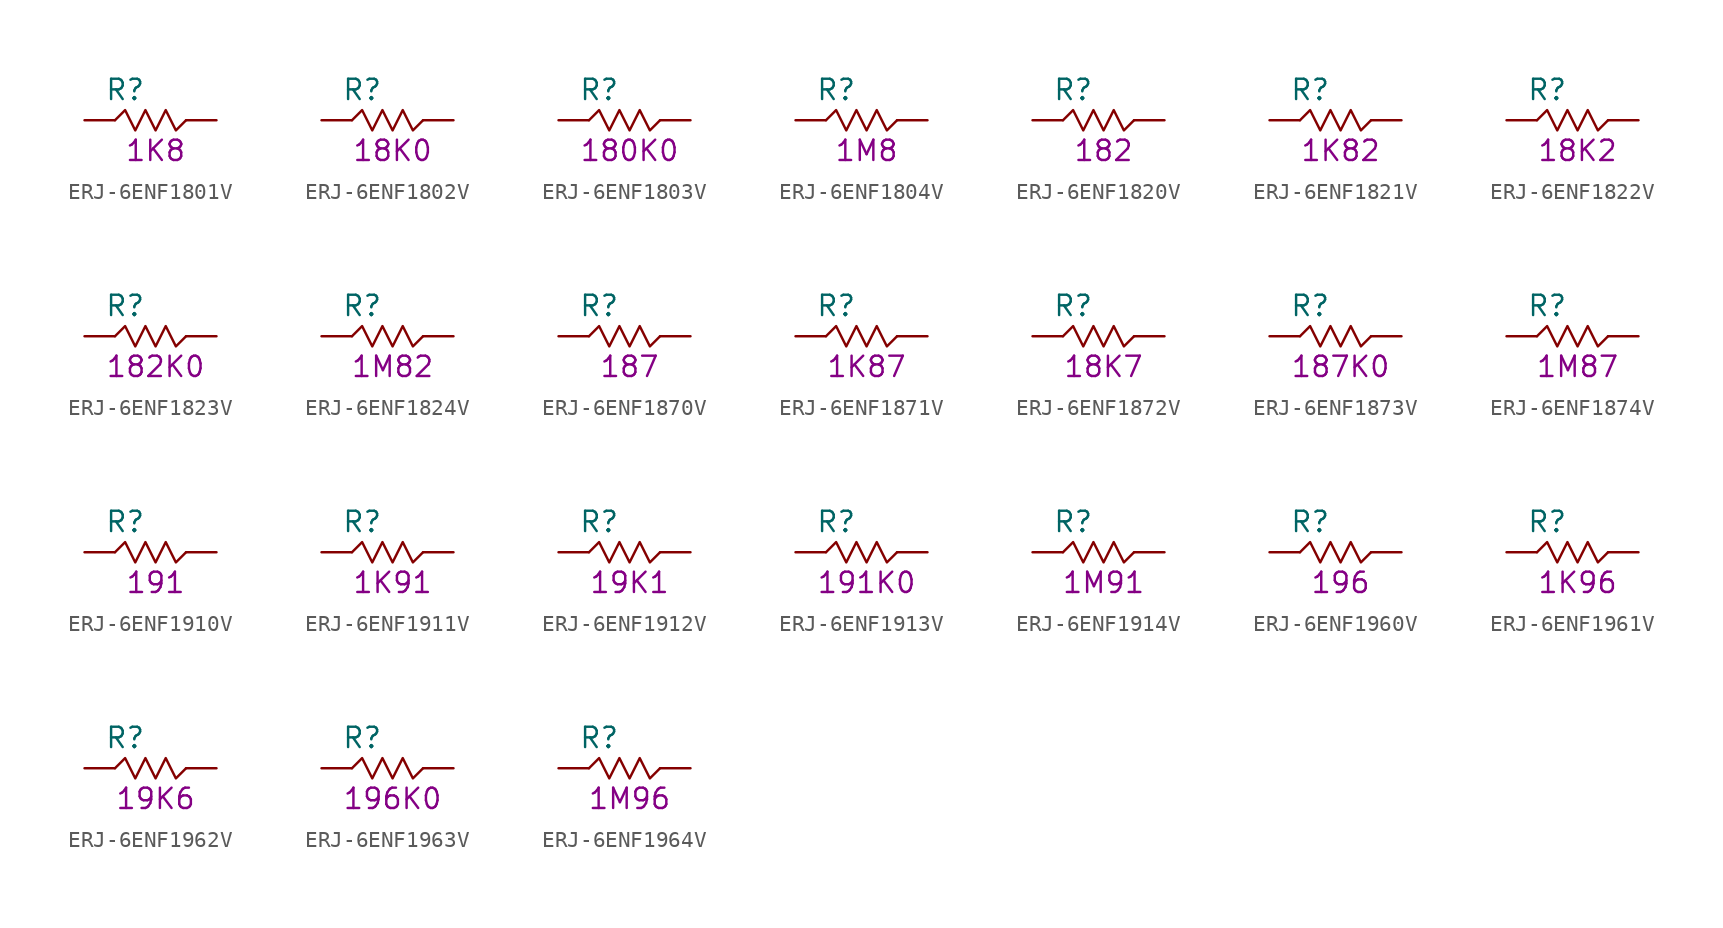
<source format=kicad_sym>
(kicad_symbol_lib
  (version 20211014)
  (generator KiCadLib_py)
  (symbol "ERJ-6ENF1801V"
    (pin_numbers hide)
    (pin_names hide)
    (property "Reference" "R"
      (at -1.905 1.905 0)
      (effects (font (size 1.27 1.27))))
    (property "Val" "1K8"
      (at 0 -1.905 0)
      (effects (font (size 1.27 1.27))))
    (symbol "ERJ-6ENF1801V_0_1"
      (polyline (pts (xy -2.54 0) (xy -1.905 0.635) (xy -1.27 -0.635) (xy -0.635 0.635) (xy 0 -0.635) (xy 0.635 0.635) (xy 1.27 -0.635) (xy 1.905 0)) (stroke (width 0) (type default) (color 0 0 0 0)) (fill (type none))))
    (symbol "ERJ-6ENF1801V_1_1"
      (pin passive line (at -4.445 0 0) (length 1.905) (name "~" (effects (font (size 1.27 1.27)))) (number "1" (effects (font (size 1.27 1.27)))))
      (pin passive line (at 3.81 0 180) (length 1.905) (name "~" (effects (font (size 1.27 1.27)))) (number "2" (effects (font (size 1.27 1.27)))))))
  (symbol "ERJ-6ENF1802V"
    (pin_numbers hide)
    (pin_names hide)
    (property "Reference" "R"
      (at -1.905 1.905 0)
      (effects (font (size 1.27 1.27))))
    (property "Val" "18K0"
      (at 0 -1.905 0)
      (effects (font (size 1.27 1.27))))
    (symbol "ERJ-6ENF1802V_0_1"
      (polyline (pts (xy -2.54 0) (xy -1.905 0.635) (xy -1.27 -0.635) (xy -0.635 0.635) (xy 0 -0.635) (xy 0.635 0.635) (xy 1.27 -0.635) (xy 1.905 0)) (stroke (width 0) (type default) (color 0 0 0 0)) (fill (type none))))
    (symbol "ERJ-6ENF1802V_1_1"
      (pin passive line (at -4.445 0 0) (length 1.905) (name "~" (effects (font (size 1.27 1.27)))) (number "1" (effects (font (size 1.27 1.27)))))
      (pin passive line (at 3.81 0 180) (length 1.905) (name "~" (effects (font (size 1.27 1.27)))) (number "2" (effects (font (size 1.27 1.27)))))))
  (symbol "ERJ-6ENF1803V"
    (pin_numbers hide)
    (pin_names hide)
    (property "Reference" "R"
      (at -1.905 1.905 0)
      (effects (font (size 1.27 1.27))))
    (property "Val" "180K0"
      (at 0 -1.905 0)
      (effects (font (size 1.27 1.27))))
    (symbol "ERJ-6ENF1803V_0_1"
      (polyline (pts (xy -2.54 0) (xy -1.905 0.635) (xy -1.27 -0.635) (xy -0.635 0.635) (xy 0 -0.635) (xy 0.635 0.635) (xy 1.27 -0.635) (xy 1.905 0)) (stroke (width 0) (type default) (color 0 0 0 0)) (fill (type none))))
    (symbol "ERJ-6ENF1803V_1_1"
      (pin passive line (at -4.445 0 0) (length 1.905) (name "~" (effects (font (size 1.27 1.27)))) (number "1" (effects (font (size 1.27 1.27)))))
      (pin passive line (at 3.81 0 180) (length 1.905) (name "~" (effects (font (size 1.27 1.27)))) (number "2" (effects (font (size 1.27 1.27)))))))
  (symbol "ERJ-6ENF1804V"
    (pin_numbers hide)
    (pin_names hide)
    (property "Reference" "R"
      (at -1.905 1.905 0)
      (effects (font (size 1.27 1.27))))
    (property "Val" "1M8"
      (at 0 -1.905 0)
      (effects (font (size 1.27 1.27))))
    (symbol "ERJ-6ENF1804V_0_1"
      (polyline (pts (xy -2.54 0) (xy -1.905 0.635) (xy -1.27 -0.635) (xy -0.635 0.635) (xy 0 -0.635) (xy 0.635 0.635) (xy 1.27 -0.635) (xy 1.905 0)) (stroke (width 0) (type default) (color 0 0 0 0)) (fill (type none))))
    (symbol "ERJ-6ENF1804V_1_1"
      (pin passive line (at -4.445 0 0) (length 1.905) (name "~" (effects (font (size 1.27 1.27)))) (number "1" (effects (font (size 1.27 1.27)))))
      (pin passive line (at 3.81 0 180) (length 1.905) (name "~" (effects (font (size 1.27 1.27)))) (number "2" (effects (font (size 1.27 1.27)))))))
  (symbol "ERJ-6ENF1820V"
    (pin_numbers hide)
    (pin_names hide)
    (property "Reference" "R"
      (at -1.905 1.905 0)
      (effects (font (size 1.27 1.27))))
    (property "Val" "182"
      (at 0 -1.905 0)
      (effects (font (size 1.27 1.27))))
    (symbol "ERJ-6ENF1820V_0_1"
      (polyline (pts (xy -2.54 0) (xy -1.905 0.635) (xy -1.27 -0.635) (xy -0.635 0.635) (xy 0 -0.635) (xy 0.635 0.635) (xy 1.27 -0.635) (xy 1.905 0)) (stroke (width 0) (type default) (color 0 0 0 0)) (fill (type none))))
    (symbol "ERJ-6ENF1820V_1_1"
      (pin passive line (at -4.445 0 0) (length 1.905) (name "~" (effects (font (size 1.27 1.27)))) (number "1" (effects (font (size 1.27 1.27)))))
      (pin passive line (at 3.81 0 180) (length 1.905) (name "~" (effects (font (size 1.27 1.27)))) (number "2" (effects (font (size 1.27 1.27)))))))
  (symbol "ERJ-6ENF1821V"
    (pin_numbers hide)
    (pin_names hide)
    (property "Reference" "R"
      (at -1.905 1.905 0)
      (effects (font (size 1.27 1.27))))
    (property "Val" "1K82"
      (at 0 -1.905 0)
      (effects (font (size 1.27 1.27))))
    (symbol "ERJ-6ENF1821V_0_1"
      (polyline (pts (xy -2.54 0) (xy -1.905 0.635) (xy -1.27 -0.635) (xy -0.635 0.635) (xy 0 -0.635) (xy 0.635 0.635) (xy 1.27 -0.635) (xy 1.905 0)) (stroke (width 0) (type default) (color 0 0 0 0)) (fill (type none))))
    (symbol "ERJ-6ENF1821V_1_1"
      (pin passive line (at -4.445 0 0) (length 1.905) (name "~" (effects (font (size 1.27 1.27)))) (number "1" (effects (font (size 1.27 1.27)))))
      (pin passive line (at 3.81 0 180) (length 1.905) (name "~" (effects (font (size 1.27 1.27)))) (number "2" (effects (font (size 1.27 1.27)))))))
  (symbol "ERJ-6ENF1822V"
    (pin_numbers hide)
    (pin_names hide)
    (property "Reference" "R"
      (at -1.905 1.905 0)
      (effects (font (size 1.27 1.27))))
    (property "Val" "18K2"
      (at 0 -1.905 0)
      (effects (font (size 1.27 1.27))))
    (symbol "ERJ-6ENF1822V_0_1"
      (polyline (pts (xy -2.54 0) (xy -1.905 0.635) (xy -1.27 -0.635) (xy -0.635 0.635) (xy 0 -0.635) (xy 0.635 0.635) (xy 1.27 -0.635) (xy 1.905 0)) (stroke (width 0) (type default) (color 0 0 0 0)) (fill (type none))))
    (symbol "ERJ-6ENF1822V_1_1"
      (pin passive line (at -4.445 0 0) (length 1.905) (name "~" (effects (font (size 1.27 1.27)))) (number "1" (effects (font (size 1.27 1.27)))))
      (pin passive line (at 3.81 0 180) (length 1.905) (name "~" (effects (font (size 1.27 1.27)))) (number "2" (effects (font (size 1.27 1.27)))))))
  (symbol "ERJ-6ENF1823V"
    (pin_numbers hide)
    (pin_names hide)
    (property "Reference" "R"
      (at -1.905 1.905 0)
      (effects (font (size 1.27 1.27))))
    (property "Val" "182K0"
      (at 0 -1.905 0)
      (effects (font (size 1.27 1.27))))
    (symbol "ERJ-6ENF1823V_0_1"
      (polyline (pts (xy -2.54 0) (xy -1.905 0.635) (xy -1.27 -0.635) (xy -0.635 0.635) (xy 0 -0.635) (xy 0.635 0.635) (xy 1.27 -0.635) (xy 1.905 0)) (stroke (width 0) (type default) (color 0 0 0 0)) (fill (type none))))
    (symbol "ERJ-6ENF1823V_1_1"
      (pin passive line (at -4.445 0 0) (length 1.905) (name "~" (effects (font (size 1.27 1.27)))) (number "1" (effects (font (size 1.27 1.27)))))
      (pin passive line (at 3.81 0 180) (length 1.905) (name "~" (effects (font (size 1.27 1.27)))) (number "2" (effects (font (size 1.27 1.27)))))))
  (symbol "ERJ-6ENF1824V"
    (pin_numbers hide)
    (pin_names hide)
    (property "Reference" "R"
      (at -1.905 1.905 0)
      (effects (font (size 1.27 1.27))))
    (property "Val" "1M82"
      (at 0 -1.905 0)
      (effects (font (size 1.27 1.27))))
    (symbol "ERJ-6ENF1824V_0_1"
      (polyline (pts (xy -2.54 0) (xy -1.905 0.635) (xy -1.27 -0.635) (xy -0.635 0.635) (xy 0 -0.635) (xy 0.635 0.635) (xy 1.27 -0.635) (xy 1.905 0)) (stroke (width 0) (type default) (color 0 0 0 0)) (fill (type none))))
    (symbol "ERJ-6ENF1824V_1_1"
      (pin passive line (at -4.445 0 0) (length 1.905) (name "~" (effects (font (size 1.27 1.27)))) (number "1" (effects (font (size 1.27 1.27)))))
      (pin passive line (at 3.81 0 180) (length 1.905) (name "~" (effects (font (size 1.27 1.27)))) (number "2" (effects (font (size 1.27 1.27)))))))
  (symbol "ERJ-6ENF1870V"
    (pin_numbers hide)
    (pin_names hide)
    (property "Reference" "R"
      (at -1.905 1.905 0)
      (effects (font (size 1.27 1.27))))
    (property "Val" "187"
      (at 0 -1.905 0)
      (effects (font (size 1.27 1.27))))
    (symbol "ERJ-6ENF1870V_0_1"
      (polyline (pts (xy -2.54 0) (xy -1.905 0.635) (xy -1.27 -0.635) (xy -0.635 0.635) (xy 0 -0.635) (xy 0.635 0.635) (xy 1.27 -0.635) (xy 1.905 0)) (stroke (width 0) (type default) (color 0 0 0 0)) (fill (type none))))
    (symbol "ERJ-6ENF1870V_1_1"
      (pin passive line (at -4.445 0 0) (length 1.905) (name "~" (effects (font (size 1.27 1.27)))) (number "1" (effects (font (size 1.27 1.27)))))
      (pin passive line (at 3.81 0 180) (length 1.905) (name "~" (effects (font (size 1.27 1.27)))) (number "2" (effects (font (size 1.27 1.27)))))))
  (symbol "ERJ-6ENF1871V"
    (pin_numbers hide)
    (pin_names hide)
    (property "Reference" "R"
      (at -1.905 1.905 0)
      (effects (font (size 1.27 1.27))))
    (property "Val" "1K87"
      (at 0 -1.905 0)
      (effects (font (size 1.27 1.27))))
    (symbol "ERJ-6ENF1871V_0_1"
      (polyline (pts (xy -2.54 0) (xy -1.905 0.635) (xy -1.27 -0.635) (xy -0.635 0.635) (xy 0 -0.635) (xy 0.635 0.635) (xy 1.27 -0.635) (xy 1.905 0)) (stroke (width 0) (type default) (color 0 0 0 0)) (fill (type none))))
    (symbol "ERJ-6ENF1871V_1_1"
      (pin passive line (at -4.445 0 0) (length 1.905) (name "~" (effects (font (size 1.27 1.27)))) (number "1" (effects (font (size 1.27 1.27)))))
      (pin passive line (at 3.81 0 180) (length 1.905) (name "~" (effects (font (size 1.27 1.27)))) (number "2" (effects (font (size 1.27 1.27)))))))
  (symbol "ERJ-6ENF1872V"
    (pin_numbers hide)
    (pin_names hide)
    (property "Reference" "R"
      (at -1.905 1.905 0)
      (effects (font (size 1.27 1.27))))
    (property "Val" "18K7"
      (at 0 -1.905 0)
      (effects (font (size 1.27 1.27))))
    (symbol "ERJ-6ENF1872V_0_1"
      (polyline (pts (xy -2.54 0) (xy -1.905 0.635) (xy -1.27 -0.635) (xy -0.635 0.635) (xy 0 -0.635) (xy 0.635 0.635) (xy 1.27 -0.635) (xy 1.905 0)) (stroke (width 0) (type default) (color 0 0 0 0)) (fill (type none))))
    (symbol "ERJ-6ENF1872V_1_1"
      (pin passive line (at -4.445 0 0) (length 1.905) (name "~" (effects (font (size 1.27 1.27)))) (number "1" (effects (font (size 1.27 1.27)))))
      (pin passive line (at 3.81 0 180) (length 1.905) (name "~" (effects (font (size 1.27 1.27)))) (number "2" (effects (font (size 1.27 1.27)))))))
  (symbol "ERJ-6ENF1873V"
    (pin_numbers hide)
    (pin_names hide)
    (property "Reference" "R"
      (at -1.905 1.905 0)
      (effects (font (size 1.27 1.27))))
    (property "Val" "187K0"
      (at 0 -1.905 0)
      (effects (font (size 1.27 1.27))))
    (symbol "ERJ-6ENF1873V_0_1"
      (polyline (pts (xy -2.54 0) (xy -1.905 0.635) (xy -1.27 -0.635) (xy -0.635 0.635) (xy 0 -0.635) (xy 0.635 0.635) (xy 1.27 -0.635) (xy 1.905 0)) (stroke (width 0) (type default) (color 0 0 0 0)) (fill (type none))))
    (symbol "ERJ-6ENF1873V_1_1"
      (pin passive line (at -4.445 0 0) (length 1.905) (name "~" (effects (font (size 1.27 1.27)))) (number "1" (effects (font (size 1.27 1.27)))))
      (pin passive line (at 3.81 0 180) (length 1.905) (name "~" (effects (font (size 1.27 1.27)))) (number "2" (effects (font (size 1.27 1.27)))))))
  (symbol "ERJ-6ENF1874V"
    (pin_numbers hide)
    (pin_names hide)
    (property "Reference" "R"
      (at -1.905 1.905 0)
      (effects (font (size 1.27 1.27))))
    (property "Val" "1M87"
      (at 0 -1.905 0)
      (effects (font (size 1.27 1.27))))
    (symbol "ERJ-6ENF1874V_0_1"
      (polyline (pts (xy -2.54 0) (xy -1.905 0.635) (xy -1.27 -0.635) (xy -0.635 0.635) (xy 0 -0.635) (xy 0.635 0.635) (xy 1.27 -0.635) (xy 1.905 0)) (stroke (width 0) (type default) (color 0 0 0 0)) (fill (type none))))
    (symbol "ERJ-6ENF1874V_1_1"
      (pin passive line (at -4.445 0 0) (length 1.905) (name "~" (effects (font (size 1.27 1.27)))) (number "1" (effects (font (size 1.27 1.27)))))
      (pin passive line (at 3.81 0 180) (length 1.905) (name "~" (effects (font (size 1.27 1.27)))) (number "2" (effects (font (size 1.27 1.27)))))))
  (symbol "ERJ-6ENF1910V"
    (pin_numbers hide)
    (pin_names hide)
    (property "Reference" "R"
      (at -1.905 1.905 0)
      (effects (font (size 1.27 1.27))))
    (property "Val" "191"
      (at 0 -1.905 0)
      (effects (font (size 1.27 1.27))))
    (symbol "ERJ-6ENF1910V_0_1"
      (polyline (pts (xy -2.54 0) (xy -1.905 0.635) (xy -1.27 -0.635) (xy -0.635 0.635) (xy 0 -0.635) (xy 0.635 0.635) (xy 1.27 -0.635) (xy 1.905 0)) (stroke (width 0) (type default) (color 0 0 0 0)) (fill (type none))))
    (symbol "ERJ-6ENF1910V_1_1"
      (pin passive line (at -4.445 0 0) (length 1.905) (name "~" (effects (font (size 1.27 1.27)))) (number "1" (effects (font (size 1.27 1.27)))))
      (pin passive line (at 3.81 0 180) (length 1.905) (name "~" (effects (font (size 1.27 1.27)))) (number "2" (effects (font (size 1.27 1.27)))))))
  (symbol "ERJ-6ENF1911V"
    (pin_numbers hide)
    (pin_names hide)
    (property "Reference" "R"
      (at -1.905 1.905 0)
      (effects (font (size 1.27 1.27))))
    (property "Val" "1K91"
      (at 0 -1.905 0)
      (effects (font (size 1.27 1.27))))
    (symbol "ERJ-6ENF1911V_0_1"
      (polyline (pts (xy -2.54 0) (xy -1.905 0.635) (xy -1.27 -0.635) (xy -0.635 0.635) (xy 0 -0.635) (xy 0.635 0.635) (xy 1.27 -0.635) (xy 1.905 0)) (stroke (width 0) (type default) (color 0 0 0 0)) (fill (type none))))
    (symbol "ERJ-6ENF1911V_1_1"
      (pin passive line (at -4.445 0 0) (length 1.905) (name "~" (effects (font (size 1.27 1.27)))) (number "1" (effects (font (size 1.27 1.27)))))
      (pin passive line (at 3.81 0 180) (length 1.905) (name "~" (effects (font (size 1.27 1.27)))) (number "2" (effects (font (size 1.27 1.27)))))))
  (symbol "ERJ-6ENF1912V"
    (pin_numbers hide)
    (pin_names hide)
    (property "Reference" "R"
      (at -1.905 1.905 0)
      (effects (font (size 1.27 1.27))))
    (property "Val" "19K1"
      (at 0 -1.905 0)
      (effects (font (size 1.27 1.27))))
    (symbol "ERJ-6ENF1912V_0_1"
      (polyline (pts (xy -2.54 0) (xy -1.905 0.635) (xy -1.27 -0.635) (xy -0.635 0.635) (xy 0 -0.635) (xy 0.635 0.635) (xy 1.27 -0.635) (xy 1.905 0)) (stroke (width 0) (type default) (color 0 0 0 0)) (fill (type none))))
    (symbol "ERJ-6ENF1912V_1_1"
      (pin passive line (at -4.445 0 0) (length 1.905) (name "~" (effects (font (size 1.27 1.27)))) (number "1" (effects (font (size 1.27 1.27)))))
      (pin passive line (at 3.81 0 180) (length 1.905) (name "~" (effects (font (size 1.27 1.27)))) (number "2" (effects (font (size 1.27 1.27)))))))
  (symbol "ERJ-6ENF1913V"
    (pin_numbers hide)
    (pin_names hide)
    (property "Reference" "R"
      (at -1.905 1.905 0)
      (effects (font (size 1.27 1.27))))
    (property "Val" "191K0"
      (at 0 -1.905 0)
      (effects (font (size 1.27 1.27))))
    (symbol "ERJ-6ENF1913V_0_1"
      (polyline (pts (xy -2.54 0) (xy -1.905 0.635) (xy -1.27 -0.635) (xy -0.635 0.635) (xy 0 -0.635) (xy 0.635 0.635) (xy 1.27 -0.635) (xy 1.905 0)) (stroke (width 0) (type default) (color 0 0 0 0)) (fill (type none))))
    (symbol "ERJ-6ENF1913V_1_1"
      (pin passive line (at -4.445 0 0) (length 1.905) (name "~" (effects (font (size 1.27 1.27)))) (number "1" (effects (font (size 1.27 1.27)))))
      (pin passive line (at 3.81 0 180) (length 1.905) (name "~" (effects (font (size 1.27 1.27)))) (number "2" (effects (font (size 1.27 1.27)))))))
  (symbol "ERJ-6ENF1914V"
    (pin_numbers hide)
    (pin_names hide)
    (property "Reference" "R"
      (at -1.905 1.905 0)
      (effects (font (size 1.27 1.27))))
    (property "Val" "1M91"
      (at 0 -1.905 0)
      (effects (font (size 1.27 1.27))))
    (symbol "ERJ-6ENF1914V_0_1"
      (polyline (pts (xy -2.54 0) (xy -1.905 0.635) (xy -1.27 -0.635) (xy -0.635 0.635) (xy 0 -0.635) (xy 0.635 0.635) (xy 1.27 -0.635) (xy 1.905 0)) (stroke (width 0) (type default) (color 0 0 0 0)) (fill (type none))))
    (symbol "ERJ-6ENF1914V_1_1"
      (pin passive line (at -4.445 0 0) (length 1.905) (name "~" (effects (font (size 1.27 1.27)))) (number "1" (effects (font (size 1.27 1.27)))))
      (pin passive line (at 3.81 0 180) (length 1.905) (name "~" (effects (font (size 1.27 1.27)))) (number "2" (effects (font (size 1.27 1.27)))))))
  (symbol "ERJ-6ENF1960V"
    (pin_numbers hide)
    (pin_names hide)
    (property "Reference" "R"
      (at -1.905 1.905 0)
      (effects (font (size 1.27 1.27))))
    (property "Val" "196"
      (at 0 -1.905 0)
      (effects (font (size 1.27 1.27))))
    (symbol "ERJ-6ENF1960V_0_1"
      (polyline (pts (xy -2.54 0) (xy -1.905 0.635) (xy -1.27 -0.635) (xy -0.635 0.635) (xy 0 -0.635) (xy 0.635 0.635) (xy 1.27 -0.635) (xy 1.905 0)) (stroke (width 0) (type default) (color 0 0 0 0)) (fill (type none))))
    (symbol "ERJ-6ENF1960V_1_1"
      (pin passive line (at -4.445 0 0) (length 1.905) (name "~" (effects (font (size 1.27 1.27)))) (number "1" (effects (font (size 1.27 1.27)))))
      (pin passive line (at 3.81 0 180) (length 1.905) (name "~" (effects (font (size 1.27 1.27)))) (number "2" (effects (font (size 1.27 1.27)))))))
  (symbol "ERJ-6ENF1961V"
    (pin_numbers hide)
    (pin_names hide)
    (property "Reference" "R"
      (at -1.905 1.905 0)
      (effects (font (size 1.27 1.27))))
    (property "Val" "1K96"
      (at 0 -1.905 0)
      (effects (font (size 1.27 1.27))))
    (symbol "ERJ-6ENF1961V_0_1"
      (polyline (pts (xy -2.54 0) (xy -1.905 0.635) (xy -1.27 -0.635) (xy -0.635 0.635) (xy 0 -0.635) (xy 0.635 0.635) (xy 1.27 -0.635) (xy 1.905 0)) (stroke (width 0) (type default) (color 0 0 0 0)) (fill (type none))))
    (symbol "ERJ-6ENF1961V_1_1"
      (pin passive line (at -4.445 0 0) (length 1.905) (name "~" (effects (font (size 1.27 1.27)))) (number "1" (effects (font (size 1.27 1.27)))))
      (pin passive line (at 3.81 0 180) (length 1.905) (name "~" (effects (font (size 1.27 1.27)))) (number "2" (effects (font (size 1.27 1.27)))))))
  (symbol "ERJ-6ENF1962V"
    (pin_numbers hide)
    (pin_names hide)
    (property "Reference" "R"
      (at -1.905 1.905 0)
      (effects (font (size 1.27 1.27))))
    (property "Val" "19K6"
      (at 0 -1.905 0)
      (effects (font (size 1.27 1.27))))
    (symbol "ERJ-6ENF1962V_0_1"
      (polyline (pts (xy -2.54 0) (xy -1.905 0.635) (xy -1.27 -0.635) (xy -0.635 0.635) (xy 0 -0.635) (xy 0.635 0.635) (xy 1.27 -0.635) (xy 1.905 0)) (stroke (width 0) (type default) (color 0 0 0 0)) (fill (type none))))
    (symbol "ERJ-6ENF1962V_1_1"
      (pin passive line (at -4.445 0 0) (length 1.905) (name "~" (effects (font (size 1.27 1.27)))) (number "1" (effects (font (size 1.27 1.27)))))
      (pin passive line (at 3.81 0 180) (length 1.905) (name "~" (effects (font (size 1.27 1.27)))) (number "2" (effects (font (size 1.27 1.27)))))))
  (symbol "ERJ-6ENF1963V"
    (pin_numbers hide)
    (pin_names hide)
    (property "Reference" "R"
      (at -1.905 1.905 0)
      (effects (font (size 1.27 1.27))))
    (property "Val" "196K0"
      (at 0 -1.905 0)
      (effects (font (size 1.27 1.27))))
    (symbol "ERJ-6ENF1963V_0_1"
      (polyline (pts (xy -2.54 0) (xy -1.905 0.635) (xy -1.27 -0.635) (xy -0.635 0.635) (xy 0 -0.635) (xy 0.635 0.635) (xy 1.27 -0.635) (xy 1.905 0)) (stroke (width 0) (type default) (color 0 0 0 0)) (fill (type none))))
    (symbol "ERJ-6ENF1963V_1_1"
      (pin passive line (at -4.445 0 0) (length 1.905) (name "~" (effects (font (size 1.27 1.27)))) (number "1" (effects (font (size 1.27 1.27)))))
      (pin passive line (at 3.81 0 180) (length 1.905) (name "~" (effects (font (size 1.27 1.27)))) (number "2" (effects (font (size 1.27 1.27)))))))
  (symbol "ERJ-6ENF1964V"
    (pin_numbers hide)
    (pin_names hide)
    (property "Reference" "R"
      (at -1.905 1.905 0)
      (effects (font (size 1.27 1.27))))
    (property "Val" "1M96"
      (at 0 -1.905 0)
      (effects (font (size 1.27 1.27))))
    (symbol "ERJ-6ENF1964V_0_1"
      (polyline (pts (xy -2.54 0) (xy -1.905 0.635) (xy -1.27 -0.635) (xy -0.635 0.635) (xy 0 -0.635) (xy 0.635 0.635) (xy 1.27 -0.635) (xy 1.905 0)) (stroke (width 0) (type default) (color 0 0 0 0)) (fill (type none))))
    (symbol "ERJ-6ENF1964V_1_1"
      (pin passive line (at -4.445 0 0) (length 1.905) (name "~" (effects (font (size 1.27 1.27)))) (number "1" (effects (font (size 1.27 1.27)))))
      (pin passive line (at 3.81 0 180) (length 1.905) (name "~" (effects (font (size 1.27 1.27)))) (number "2" (effects (font (size 1.27 1.27))))))))
</source>
